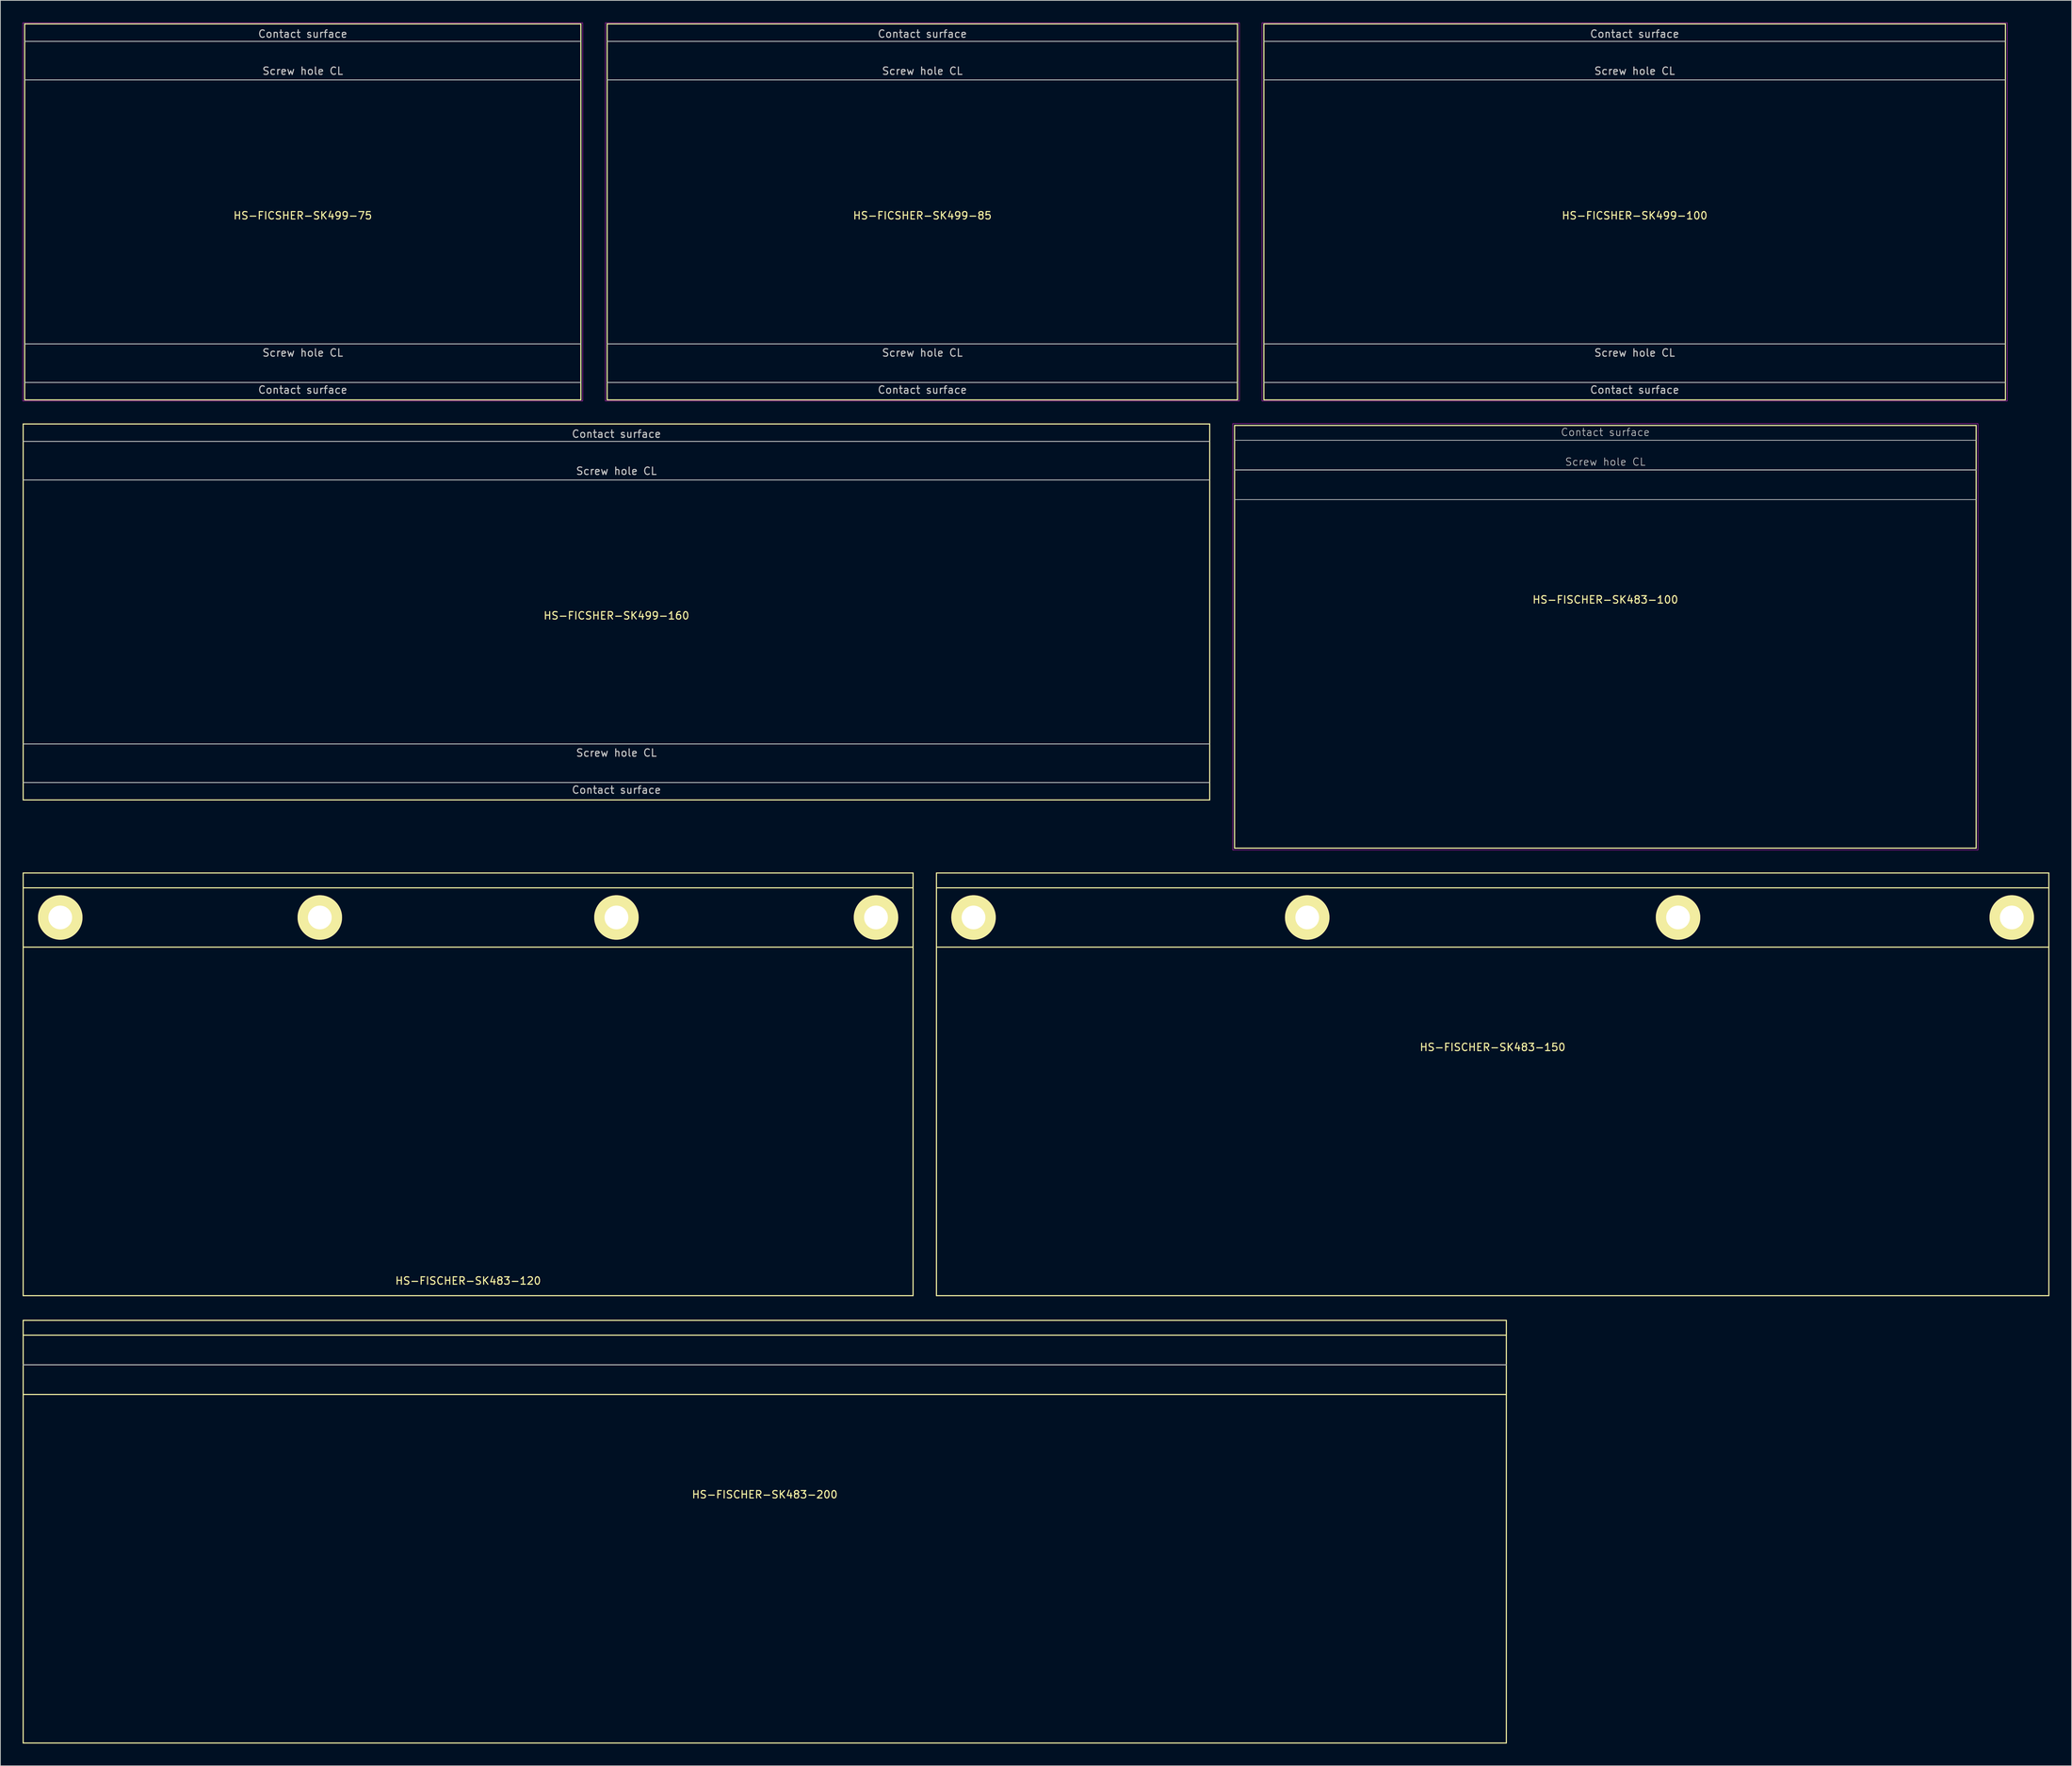
<source format=kicad_pcb>
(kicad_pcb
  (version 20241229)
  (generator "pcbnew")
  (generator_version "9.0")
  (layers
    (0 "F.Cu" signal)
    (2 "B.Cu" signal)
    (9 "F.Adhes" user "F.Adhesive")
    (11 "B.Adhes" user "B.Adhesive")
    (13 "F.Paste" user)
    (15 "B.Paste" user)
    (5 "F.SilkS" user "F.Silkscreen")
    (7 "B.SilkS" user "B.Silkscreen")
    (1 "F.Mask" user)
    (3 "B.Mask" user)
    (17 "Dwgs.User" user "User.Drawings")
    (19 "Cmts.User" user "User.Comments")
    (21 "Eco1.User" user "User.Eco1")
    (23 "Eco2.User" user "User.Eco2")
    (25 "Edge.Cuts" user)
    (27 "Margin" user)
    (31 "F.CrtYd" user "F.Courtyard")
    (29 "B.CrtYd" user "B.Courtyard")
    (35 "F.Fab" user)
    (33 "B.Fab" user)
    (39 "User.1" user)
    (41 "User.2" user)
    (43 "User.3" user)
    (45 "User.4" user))
  (footprint "HS-FICSHER-SK499-100"
    (layer "F.Cu")
    (at 217.375 25.525)
    (property "Reference" "HS-FICSHER-SK499-100" (at 0 0.5 0) (layer "F.SilkS") (effects (font (size 1 1) (thickness 0.15))))
    (attr through_hole)
    (fp_line (start -50 -25.35) (end 50 -25.35) (stroke (width 0.15) (type solid)) (layer "F.SilkS"))
    (fp_line (start -50 25.35) (end -50 -25.35) (stroke (width 0.15) (type solid)) (layer "F.SilkS"))
    (fp_line (start 50 -25.35) (end 50 25.35) (stroke (width 0.15) (type solid)) (layer "F.SilkS"))
    (fp_line (start 50 25.35) (end -50 25.35) (stroke (width 0.15) (type solid)) (layer "F.SilkS"))
    (fp_line (start -50 -23) (end 50 -23) (stroke (width 0.12) (type solid)) (layer "Dwgs.User"))
    (fp_line (start -50 17.8) (end 50 17.8) (stroke (width 0.12) (type solid)) (layer "Dwgs.User"))
    (fp_line (start -50 23) (end 50 23) (stroke (width 0.12) (type solid)) (layer "Dwgs.User"))
    (fp_line (start 50 -17.8) (end -50 -17.8) (stroke (width 0.12) (type solid)) (layer "Dwgs.User"))
    (fp_rect (start -50.25 -25.5) (end 50.25 25.5) (stroke (width 0.05) (type default)) (fill no) (layer "F.CrtYd"))
    (fp_text user "Screw hole CL" (at 0 19 0) (layer "Dwgs.User") (effects (font (size 1 1) (thickness 0.15))))
    (fp_text user "Contact surface" (at 0 24 0) (layer "Dwgs.User") (effects (font (size 1 1) (thickness 0.15))))
    (fp_text user "Contact surface" (at 0 -24 0) (layer "Dwgs.User") (effects (font (size 1 1) (thickness 0.15))))
    (fp_text user "Screw hole CL" (at 0 -19 0) (layer "Dwgs.User") (effects (font (size 1 1) (thickness 0.15)))))
  (footprint "HS-FICSHER-SK499-75"
    (layer "F.Cu")
    (at 37.775 25.525)
    (property "Reference" "HS-FICSHER-SK499-75" (at 0 0.5 0) (layer "F.SilkS") (effects (font (size 1 1) (thickness 0.15))))
    (attr through_hole)
    (fp_line (start -37.5 -25.35) (end 37.5 -25.35) (stroke (width 0.15) (type solid)) (layer "F.SilkS"))
    (fp_line (start -37.5 25.35) (end -37.5 -25.35) (stroke (width 0.15) (type solid)) (layer "F.SilkS"))
    (fp_line (start 37.5 -25.35) (end 37.5 25.35) (stroke (width 0.15) (type solid)) (layer "F.SilkS"))
    (fp_line (start 37.5 25.35) (end -37.5 25.35) (stroke (width 0.15) (type solid)) (layer "F.SilkS"))
    (fp_line (start -37.5 -23) (end 37.5 -23) (stroke (width 0.12) (type solid)) (layer "Dwgs.User"))
    (fp_line (start -37.5 17.8) (end 37.5 17.8) (stroke (width 0.12) (type solid)) (layer "Dwgs.User"))
    (fp_line (start -37.5 23) (end 37.5 23) (stroke (width 0.12) (type solid)) (layer "Dwgs.User"))
    (fp_line (start 37.5 -17.8) (end -37.5 -17.8) (stroke (width 0.12) (type solid)) (layer "Dwgs.User"))
    (fp_rect (start -37.75 -25.5) (end 37.75 25.5) (stroke (width 0.05) (type default)) (fill no) (layer "F.CrtYd"))
    (fp_text user "Screw hole CL" (at 0 19 0) (layer "Dwgs.User") (effects (font (size 1 1) (thickness 0.15))))
    (fp_text user "Screw hole CL" (at 0 -19 0) (layer "Dwgs.User") (effects (font (size 1 1) (thickness 0.15))))
    (fp_text user "Contact surface" (at 0 -24 0) (layer "Dwgs.User") (effects (font (size 1 1) (thickness 0.15))))
    (fp_text user "Contact surface" (at 0 24 0) (layer "Dwgs.User") (effects (font (size 1 1) (thickness 0.15)))))
  (footprint "HS-FISCHER-SK483-150"
    (layer "F.Cu")
    (at 198.225 143.175)
    (property "Reference" "HS-FISCHER-SK483-150" (at 0 -5 0) (layer "F.SilkS") (effects (font (size 1 1) (thickness 0.15))))
    (attr through_hole)
    (fp_line (start -75 -28.5) (end 75 -28.5) (stroke (width 0.15) (type solid)) (layer "F.SilkS"))
    (fp_line (start -75 -26.5) (end 75 -26.5) (stroke (width 0.15) (type solid)) (layer "F.SilkS"))
    (fp_line (start -75 28.5) (end -75 -28.5) (stroke (width 0.15) (type solid)) (layer "F.SilkS"))
    (fp_line (start 75 -28.5) (end 75 28.5) (stroke (width 0.15) (type solid)) (layer "F.SilkS"))
    (fp_line (start 75 -18.5) (end -75 -18.5) (stroke (width 0.15) (type solid)) (layer "F.SilkS"))
    (fp_line (start 75 28.5) (end -75 28.5) (stroke (width 0.15) (type solid)) (layer "F.SilkS"))
    (pad "1" thru_hole circle (at -70 -22.5) (size 6 6) (drill 3.2) (layers "*.Cu" "*.Mask" "F.SilkS"))
    (pad "2" thru_hole circle (at -25 -22.5) (size 6 6) (drill 3.2) (layers "*.Cu" "*.Mask" "F.SilkS"))
    (pad "3" thru_hole circle (at 25 -22.5) (size 6 6) (drill 3.2) (layers "*.Cu" "*.Mask" "F.SilkS"))
    (pad "4" thru_hole circle (at 70 -22.5) (size 6 6) (drill 3.2) (layers "*.Cu" "*.Mask" "F.SilkS")))
  (footprint "HS-FICSHER-SK499-85"
    (layer "F.Cu")
    (at 121.325 25.525)
    (property "Reference" "HS-FICSHER-SK499-85" (at 0 0.5 0) (layer "F.SilkS") (effects (font (size 1 1) (thickness 0.15))))
    (attr through_hole)
    (fp_line (start -42.5 -25.35) (end 42.5 -25.35) (stroke (width 0.15) (type solid)) (layer "F.SilkS"))
    (fp_line (start -42.5 25.35) (end -42.5 -25.35) (stroke (width 0.15) (type solid)) (layer "F.SilkS"))
    (fp_line (start 42.5 -25.35) (end 42.5 25.35) (stroke (width 0.15) (type solid)) (layer "F.SilkS"))
    (fp_line (start 42.5 25.35) (end -42.5 25.35) (stroke (width 0.15) (type solid)) (layer "F.SilkS"))
    (fp_line (start -42.5 -23) (end 42.5 -23) (stroke (width 0.12) (type solid)) (layer "Dwgs.User"))
    (fp_line (start -42.5 17.8) (end 42.5 17.8) (stroke (width 0.12) (type solid)) (layer "Dwgs.User"))
    (fp_line (start -42.5 23) (end 42.5 23) (stroke (width 0.12) (type solid)) (layer "Dwgs.User"))
    (fp_line (start 42.5 -17.8) (end -42.5 -17.8) (stroke (width 0.12) (type solid)) (layer "Dwgs.User"))
    (fp_rect (start -42.75 -25.5) (end 42.75 25.5) (stroke (width 0.05) (type default)) (fill no) (layer "F.CrtYd"))
    (fp_text user "Screw hole CL" (at 0 -19 0) (layer "Dwgs.User") (effects (font (size 1 1) (thickness 0.15))))
    (fp_text user "Contact surface" (at 0 24 0) (layer "Dwgs.User") (effects (font (size 1 1) (thickness 0.15))))
    (fp_text user "Screw hole CL" (at 0 19 0) (layer "Dwgs.User") (effects (font (size 1 1) (thickness 0.15))))
    (fp_text user "Contact surface" (at 0 -24 0) (layer "Dwgs.User") (effects (font (size 1 1) (thickness 0.15)))))
  (footprint "HS-FISCHER-SK483-120"
    (layer "F.Cu")
    (at 60.075 171.675)
    (property "Reference" "HS-FISCHER-SK483-120" (at 0 -2 0) (layer "F.SilkS") (effects (font (size 1 1) (thickness 0.15))))
    (attr through_hole)
    (fp_line (start -60 -57) (end 60 -57) (stroke (width 0.15) (type solid)) (layer "F.SilkS"))
    (fp_line (start -60 -47) (end 60 -47) (stroke (width 0.15) (type solid)) (layer "F.SilkS"))
    (fp_line (start -60 0) (end -60 -57) (stroke (width 0.15) (type solid)) (layer "F.SilkS"))
    (fp_line (start 60 -57) (end 60 0) (stroke (width 0.15) (type solid)) (layer "F.SilkS"))
    (fp_line (start 60 -55) (end -60 -55) (stroke (width 0.15) (type solid)) (layer "F.SilkS"))
    (fp_line (start 60 0) (end -60 0) (stroke (width 0.15) (type solid)) (layer "F.SilkS"))
    (pad "1" thru_hole circle (at -55 -51) (size 6 6) (drill 3.2) (layers "*.Cu" "*.Mask" "F.SilkS"))
    (pad "2" thru_hole circle (at -20 -51) (size 6 6) (drill 3.2) (layers "*.Cu" "*.Mask" "F.SilkS"))
    (pad "3" thru_hole circle (at 20 -51) (size 6 6) (drill 3.2) (layers "*.Cu" "*.Mask" "F.SilkS"))
    (pad "4" thru_hole circle (at 55 -51) (size 6 6) (drill 3.2) (layers "*.Cu" "*.Mask" "F.SilkS")))
  (footprint "HS-FISCHER-SK483-100"
    (layer "F.Cu")
    (at 213.425 82.825)
    (property "Reference" "HS-FISCHER-SK483-100" (at 0 -5 0) (layer "F.SilkS") (effects (font (size 1 1) (thickness 0.15))))
    (attr through_hole)
    (fp_line (start -50 -28.5) (end 50 -28.5) (stroke (width 0.15) (type solid)) (layer "F.SilkS"))
    (fp_line (start -50 28.5) (end -50 -28.5) (stroke (width 0.15) (type solid)) (layer "F.SilkS"))
    (fp_line (start -50 28.5) (end 50 28.5) (stroke (width 0.15) (type solid)) (layer "F.SilkS"))
    (fp_line (start 50 28.5) (end 50 -28.5) (stroke (width 0.15) (type solid)) (layer "F.SilkS"))
    (fp_line (start -50 -26.5) (end 50 -26.5) (stroke (width 0.1) (type default)) (layer "Dwgs.User"))
    (fp_line (start -50 -18.5) (end 50 -18.5) (stroke (width 0.1) (type default)) (layer "Dwgs.User"))
    (fp_rect (start -50.25 -28.75) (end 50.25 28.75) (stroke (width 0.05) (type default)) (fill no) (layer "F.CrtYd"))
    (fp_line (start -50 -22.5) (end 50 -22.5) (stroke (width 0.15) (type solid)) (layer "F.Fab"))
    (fp_text user "Contact surface" (at 0 -27 0) (unlocked yes) (layer "Dwgs.User") (effects (font (size 1 1) (thickness 0.1)) (justify bottom)))
    (fp_text user "Screw hole CL" (at 0 -23 0) (unlocked yes) (layer "Dwgs.User") (effects (font (size 1 1) (thickness 0.1)) (justify bottom))))
  (footprint "HS-FISCHER-SK483-200"
    (layer "F.Cu")
    (at 100.075 203.5)
    (property "Reference" "HS-FISCHER-SK483-200" (at 0 -5 0) (layer "F.SilkS") (effects (font (size 1 1) (thickness 0.15))))
    (attr through_hole)
    (fp_line (start -100 -28.5) (end 100 -28.5) (stroke (width 0.15) (type solid)) (layer "F.SilkS"))
    (fp_line (start -100 -26.5) (end 100 -26.5) (stroke (width 0.15) (type solid)) (layer "F.SilkS"))
    (fp_line (start -100 -18.5) (end 100 -18.5) (stroke (width 0.15) (type solid)) (layer "F.SilkS"))
    (fp_line (start -100 28.5) (end -100 -28.5) (stroke (width 0.15) (type solid)) (layer "F.SilkS"))
    (fp_line (start -100 28.5) (end 100 28.5) (stroke (width 0.15) (type solid)) (layer "F.SilkS"))
    (fp_line (start 100 28.5) (end 100 -28.5) (stroke (width 0.15) (type solid)) (layer "F.SilkS"))
    (fp_line (start -100 -22.5) (end 100 -22.5) (stroke (width 0.15) (type solid)) (layer "F.Fab")))
  (footprint "HS-FICSHER-SK499-160"
    (layer "F.Cu")
    (at 80.075 79.475)
    (property "Reference" "HS-FICSHER-SK499-160" (at 0 0.5 0) (layer "F.SilkS") (effects (font (size 1 1) (thickness 0.15))))
    (attr through_hole)
    (fp_line (start -80 -25.35) (end 80 -25.35) (stroke (width 0.15) (type solid)) (layer "F.SilkS"))
    (fp_line (start -80 25.35) (end -80 -25.35) (stroke (width 0.15) (type solid)) (layer "F.SilkS"))
    (fp_line (start 80 -25.35) (end 80 25.35) (stroke (width 0.15) (type solid)) (layer "F.SilkS"))
    (fp_line (start 80 25.35) (end -80 25.35) (stroke (width 0.15) (type solid)) (layer "F.SilkS"))
    (fp_line (start -80 -23) (end 80 -23) (stroke (width 0.12) (type solid)) (layer "Dwgs.User"))
    (fp_line (start -80 17.8) (end 80 17.8) (stroke (width 0.12) (type solid)) (layer "Dwgs.User"))
    (fp_line (start -80 23) (end 80 23) (stroke (width 0.12) (type solid)) (layer "Dwgs.User"))
    (fp_line (start 80 -17.8) (end -80 -17.8) (stroke (width 0.12) (type solid)) (layer "Dwgs.User"))
    (fp_text user "Screw hole CL" (at 0 19 0) (layer "Dwgs.User") (effects (font (size 1 1) (thickness 0.15))))
    (fp_text user "Screw hole CL" (at 0 -19 0) (layer "Dwgs.User") (effects (font (size 1 1) (thickness 0.15))))
    (fp_text user "Contact surface" (at 0 -24 0) (layer "Dwgs.User") (effects (font (size 1 1) (thickness 0.15))))
    (fp_text user "Contact surface" (at 0 24 0) (layer "Dwgs.User") (effects (font (size 1 1) (thickness 0.15)))))
  (gr_rect
    (start -3 -3)
    (end 276.3 235.075)
    (stroke (width 0.1) (type default))
    (fill no)
    (layer "Edge.Cuts")))
</source>
